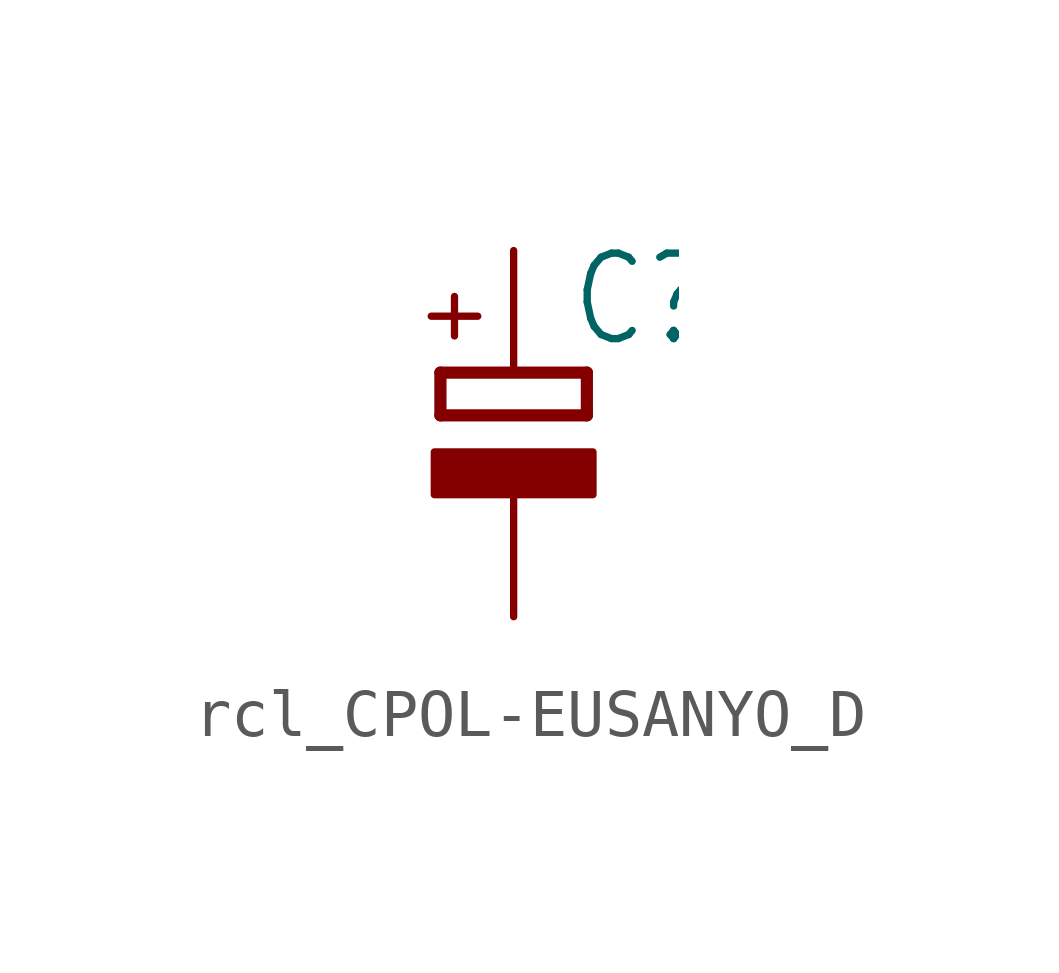
<source format=kicad_sym>
(kicad_symbol_lib
  (version 20241209)
  (generator "kicad_symbol_editor")
  (generator_version "9.0")
  (symbol "rcl_CPOL-EUSANYO_D"
    (property "Reference" "C"
      (at 1.143 0.483 0)
      (effects (font (size 1.778 1.511)) (justify left bottom)))
    (property "Value" ""
      (at 1.143 -4.597 0)
      (effects (font (size 1.778 1.511)) (justify left bottom)))
    (property "ki_locked" ""
      (at 0 0 0)
      (effects (font (size 1.27 1.27))))
    (symbol "rcl_CPOL-EUSANYO_D_1_0"
      (rectangle (start -1.651 -2.54) (end 1.651 -1.651) (stroke (width 0) (type default)) (fill (type outline)))
      (polyline (pts (xy -1.524 0) (xy -1.524 -0.889)) (stroke (width 0.254) (type solid)) (fill (type none)))
      (polyline (pts (xy -1.524 0) (xy 1.524 0)) (stroke (width 0.254) (type solid)) (fill (type none)))
      (polyline (pts (xy -1.524 -0.889) (xy 1.524 -0.889)) (stroke (width 0.254) (type solid)) (fill (type none)))
      (polyline (pts (xy 1.524 -0.889) (xy 1.524 0)) (stroke (width 0.254) (type solid)) (fill (type none)))
      (text "+" (at -0.584 0.406 900) (effects (font (size 1.27 1.079)) (justify left bottom)))
      (pin passive line (at 0 2.54 270) (length 2.54) (name "+" (effects (font (size 0 0)))) (number "+" (effects (font (size 0 0)))))
      (pin passive line (at 0 -5.08 90) (length 2.54) (name "-" (effects (font (size 0 0)))) (number "-" (effects (font (size 0 0))))))))
</source>
